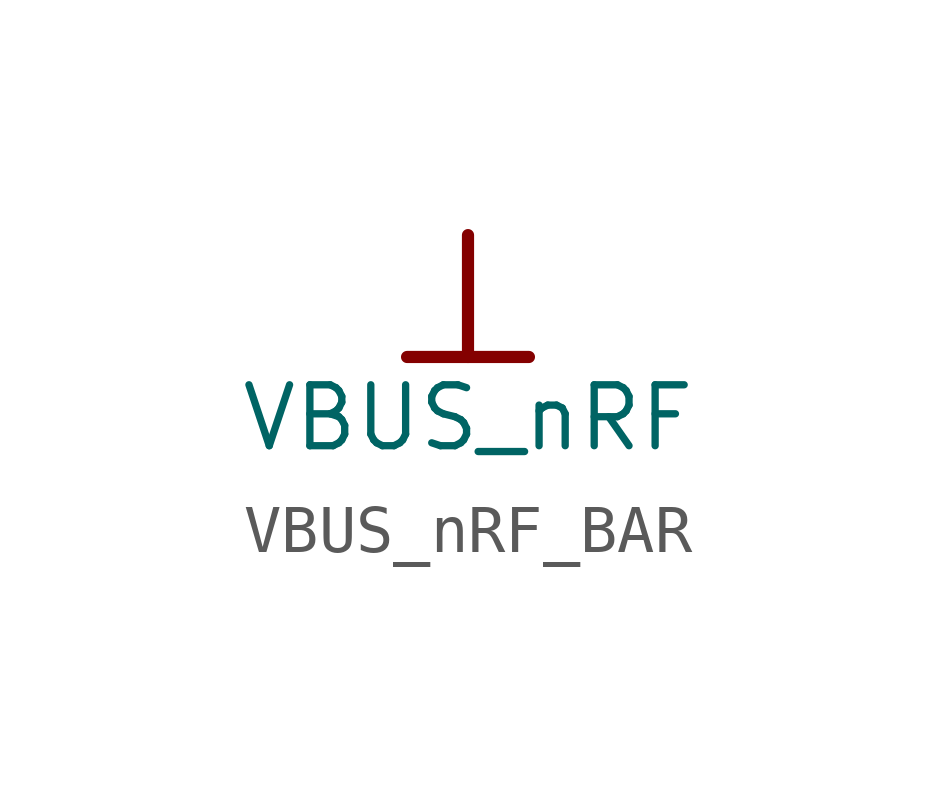
<source format=kicad_sym>
(kicad_symbol_lib
  (version 20241209)
  (generator "kicad_symbol_editor")
  (generator_version "9.0")
  (symbol "VBUS_nRF_BAR"
    (power)
    (property "Reference" "#PWR"
      (at 0 0 0)
      (effects (font (size 1.27 1.27)) (hide yes)))
    (property "Value" "VBUS_nRF"
      (at 0 -3.81 0)
      (effects (font (size 1.27 1.27))))
    (symbol "VBUS_nRF_BAR_0_0"
      (polyline (pts (xy -1.27 -2.54) (xy 1.27 -2.54)) (stroke (width 0.254) (type solid)) (fill (type none)))
      (polyline (pts (xy 0 0) (xy 0 -2.54)) (stroke (width 0.254) (type solid)) (fill (type none)))
      (pin power_in line (at 0 0 0) (length 0) (hide yes) (name "VBUS_nRF" (effects (font (size 1.27 1.27)))) (number "" (effects (font (size 1.27 1.27))))))))
</source>
